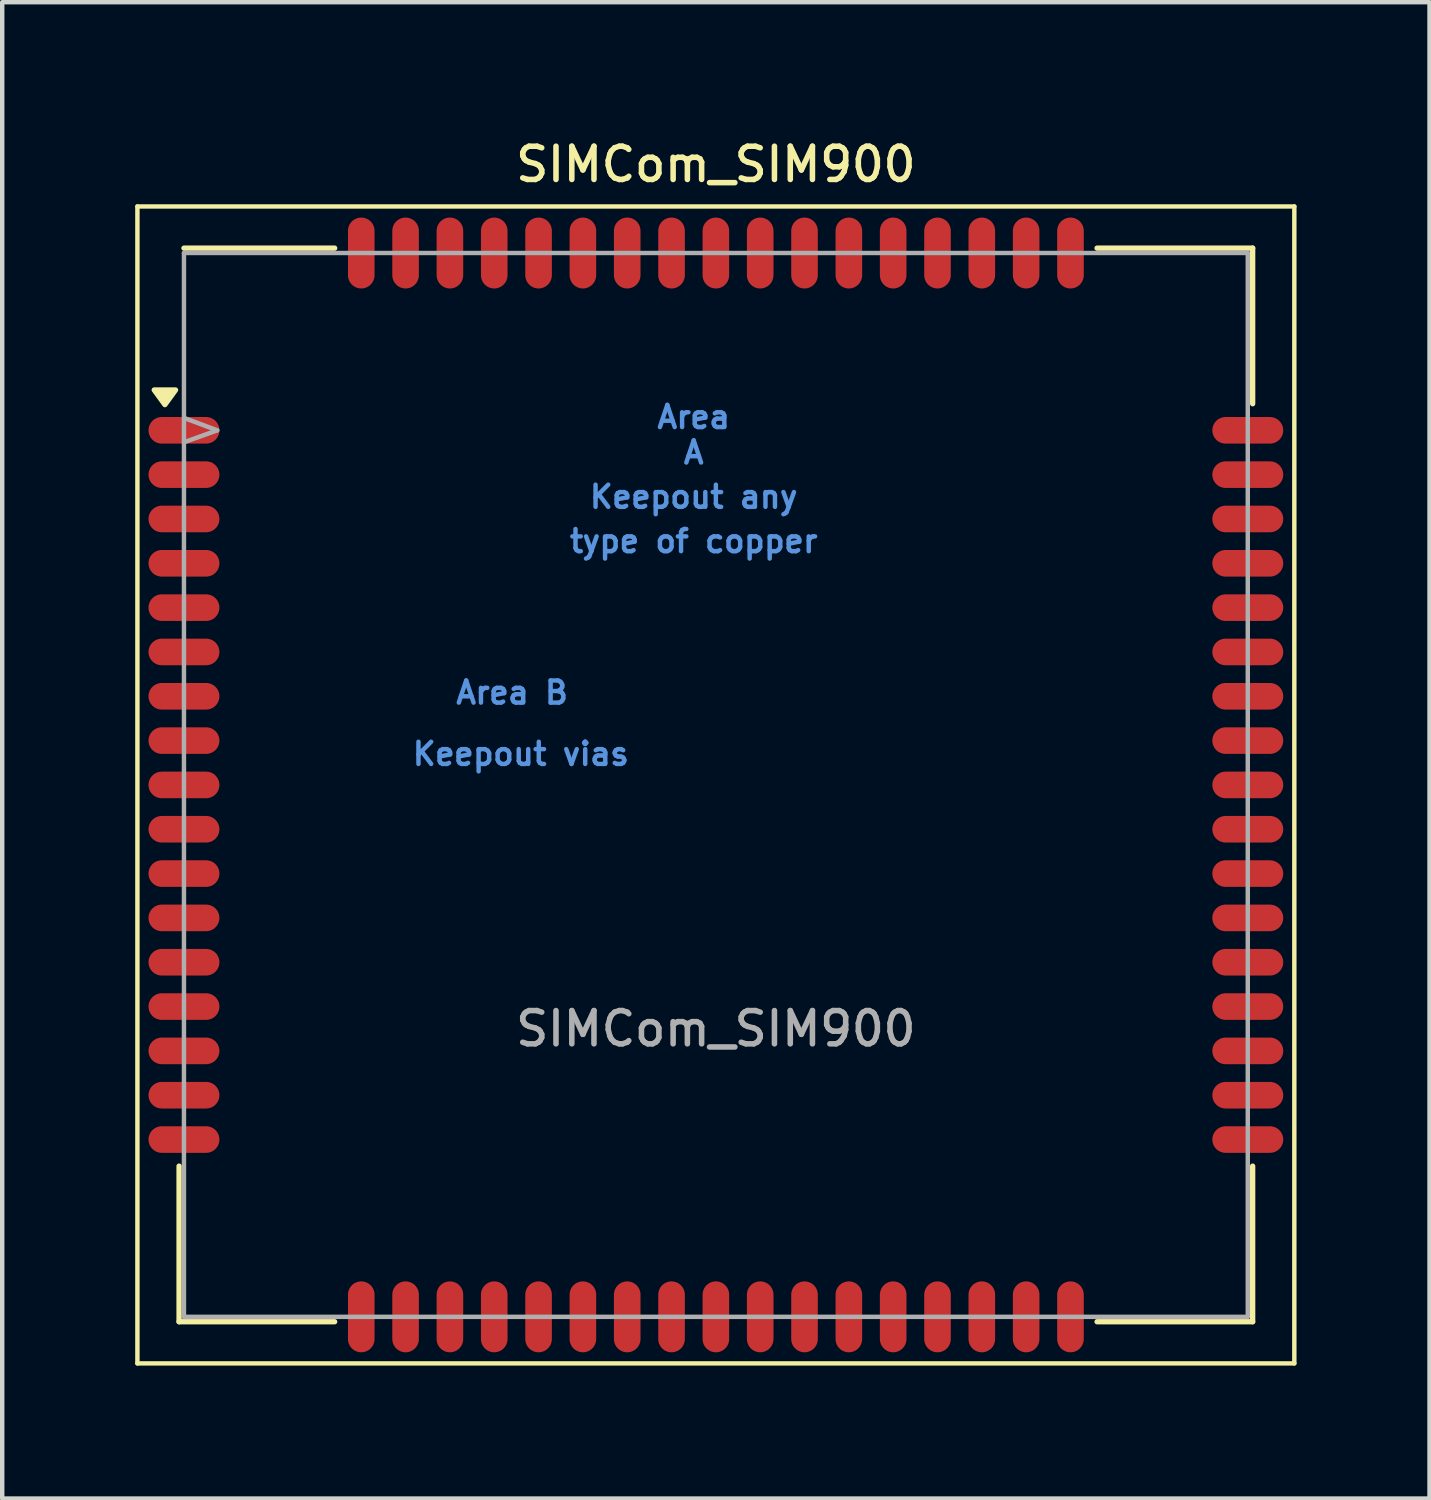
<source format=kicad_pcb>
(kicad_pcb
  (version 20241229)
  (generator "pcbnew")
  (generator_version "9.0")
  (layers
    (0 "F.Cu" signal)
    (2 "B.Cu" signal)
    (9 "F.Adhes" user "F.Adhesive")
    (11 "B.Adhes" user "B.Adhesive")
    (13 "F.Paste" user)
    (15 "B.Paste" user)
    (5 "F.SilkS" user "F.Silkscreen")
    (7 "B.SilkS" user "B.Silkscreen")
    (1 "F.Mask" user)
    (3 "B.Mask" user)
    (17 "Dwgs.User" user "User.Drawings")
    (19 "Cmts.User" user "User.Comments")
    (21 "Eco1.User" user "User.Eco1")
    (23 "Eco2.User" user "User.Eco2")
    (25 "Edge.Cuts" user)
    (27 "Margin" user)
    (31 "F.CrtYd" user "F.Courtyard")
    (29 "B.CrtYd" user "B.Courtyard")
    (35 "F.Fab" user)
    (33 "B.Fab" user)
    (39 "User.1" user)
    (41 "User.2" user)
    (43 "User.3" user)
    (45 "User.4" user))
  (footprint "SIMCom_SIM900"
    (layer "F.Cu")
    (at 13.1 14.658)
    (property "Reference" "SIMCom_SIM900" (at 0 -14 0) (layer "F.SilkS") (effects (font (size 0.75 0.75) (thickness 0.125))))
    (attr smd)
    (fp_line (start -13.05 -13.05) (end 13.05 -13.05) (stroke (width 0.1) (type solid)) (layer "F.SilkS"))
    (fp_line (start -13.05 13.05) (end -13.05 -13.05) (stroke (width 0.1) (type solid)) (layer "F.SilkS"))
    (fp_line (start -12.11 8.6) (end -12.11 12.11) (stroke (width 0.12) (type solid)) (layer "F.SilkS"))
    (fp_line (start -12.11 12.11) (end -8.6 12.11) (stroke (width 0.12) (type solid)) (layer "F.SilkS"))
    (fp_line (start -12 -12.11) (end -8.6 -12.11) (stroke (width 0.12) (type solid)) (layer "F.SilkS"))
    (fp_line (start 8.6 -12.11) (end 12.11 -12.11) (stroke (width 0.12) (type solid)) (layer "F.SilkS"))
    (fp_line (start 8.6 12.11) (end 12.11 12.11) (stroke (width 0.12) (type solid)) (layer "F.SilkS"))
    (fp_line (start 12.11 -12.11) (end 12.11 -8.6) (stroke (width 0.12) (type solid)) (layer "F.SilkS"))
    (fp_line (start 12.11 8.6) (end 12.11 12.11) (stroke (width 0.12) (type solid)) (layer "F.SilkS"))
    (fp_line (start 13.05 -13.05) (end 13.05 13.05) (stroke (width 0.1) (type solid)) (layer "F.SilkS"))
    (fp_line (start 13.05 13.05) (end -13.05 13.05) (stroke (width 0.1) (type solid)) (layer "F.SilkS"))
    (fp_poly (pts (xy -12.43 -8.58) (xy -12.67 -8.91) (xy -12.19 -8.91) (xy -12.43 -8.58)) (stroke (width 0.12) (type solid)) (fill yes) (layer "F.SilkS"))
    (fp_line (start -12 -12) (end 12 -12) (stroke (width 0.1) (type solid)) (layer "F.Fab"))
    (fp_line (start -12 -8.28) (end -11.25 -8) (stroke (width 0.1) (type solid)) (layer "F.Fab"))
    (fp_line (start -12 12) (end -12 -12) (stroke (width 0.1) (type solid)) (layer "F.Fab"))
    (fp_line (start -11.25 -8) (end -12 -7.73) (stroke (width 0.1) (type solid)) (layer "F.Fab"))
    (fp_line (start 12 -12) (end 12 12) (stroke (width 0.1) (type solid)) (layer "F.Fab"))
    (fp_line (start 12 12) (end -12 12) (stroke (width 0.1) (type solid)) (layer "F.Fab"))
    (fp_text user "Keepout any" (at -0.5 -6.5 0) (layer "Cmts.User") (effects (font (size 0.5 0.5) (thickness 0.1))))
    (fp_text user "Area" (at -0.5 -8.3 0) (layer "Cmts.User") (effects (font (size 0.5 0.5) (thickness 0.1))))
    (fp_text user "Area B" (at -4.597 -2.083 0) (layer "Cmts.User") (effects (font (size 0.5 0.5) (thickness 0.1))))
    (fp_text user "Keepout vias" (at -4.4 -0.7 0) (layer "Cmts.User") (effects (font (size 0.5 0.5) (thickness 0.1))))
    (fp_text user "A" (at -0.5 -7.5 0) (layer "Cmts.User") (effects (font (size 0.5 0.5) (thickness 0.1))))
    (fp_text user "type of copper" (at -0.5 -5.5 0) (layer "Cmts.User") (effects (font (size 0.5 0.5) (thickness 0.1))))
    (fp_text user "${REFERENCE}" (at 0 5.5 0) (layer "F.Fab") (effects (font (size 0.75 0.75) (thickness 0.125))))
    (pad "1" smd oval (at -12 -8) (size 1.6 0.6) (layers "F.Cu" "F.Mask" "F.Paste"))
    (pad "2" smd oval (at -12 -7) (size 1.6 0.6) (layers "F.Cu" "F.Mask" "F.Paste"))
    (pad "3" smd oval (at -12 -6) (size 1.6 0.6) (layers "F.Cu" "F.Mask" "F.Paste"))
    (pad "4" smd oval (at -12 -5) (size 1.6 0.6) (layers "F.Cu" "F.Mask" "F.Paste"))
    (pad "5" smd oval (at -12 -4) (size 1.6 0.6) (layers "F.Cu" "F.Mask" "F.Paste"))
    (pad "6" smd oval (at -12 -3) (size 1.6 0.6) (layers "F.Cu" "F.Mask" "F.Paste"))
    (pad "7" smd oval (at -12 -2) (size 1.6 0.6) (layers "F.Cu" "F.Mask" "F.Paste"))
    (pad "8" smd oval (at -12 -1) (size 1.6 0.6) (layers "F.Cu" "F.Mask" "F.Paste"))
    (pad "9" smd oval (at -12 0) (size 1.6 0.6) (layers "F.Cu" "F.Mask" "F.Paste"))
    (pad "10" smd oval (at -12 1) (size 1.6 0.6) (layers "F.Cu" "F.Mask" "F.Paste"))
    (pad "11" smd oval (at -12 2) (size 1.6 0.6) (layers "F.Cu" "F.Mask" "F.Paste"))
    (pad "12" smd oval (at -12 3) (size 1.6 0.6) (layers "F.Cu" "F.Mask" "F.Paste"))
    (pad "13" smd oval (at -12 4) (size 1.6 0.6) (layers "F.Cu" "F.Mask" "F.Paste"))
    (pad "14" smd oval (at -12 5) (size 1.6 0.6) (layers "F.Cu" "F.Mask" "F.Paste"))
    (pad "15" smd oval (at -12 6) (size 1.6 0.6) (layers "F.Cu" "F.Mask" "F.Paste"))
    (pad "16" smd oval (at -12 7) (size 1.6 0.6) (layers "F.Cu" "F.Mask" "F.Paste"))
    (pad "17" smd oval (at -12 8) (size 1.6 0.6) (layers "F.Cu" "F.Mask" "F.Paste"))
    (pad "18" smd oval (at -8 12) (size 0.6 1.6) (layers "F.Cu" "F.Mask" "F.Paste"))
    (pad "19" smd oval (at -7 12) (size 0.6 1.6) (layers "F.Cu" "F.Mask" "F.Paste"))
    (pad "20" smd oval (at -6 12) (size 0.6 1.6) (layers "F.Cu" "F.Mask" "F.Paste"))
    (pad "21" smd oval (at -5 12) (size 0.6 1.6) (layers "F.Cu" "F.Mask" "F.Paste"))
    (pad "22" smd oval (at -4 12) (size 0.6 1.6) (layers "F.Cu" "F.Mask" "F.Paste"))
    (pad "23" smd oval (at -3 12) (size 0.6 1.6) (layers "F.Cu" "F.Mask" "F.Paste"))
    (pad "24" smd oval (at -2 12) (size 0.6 1.6) (layers "F.Cu" "F.Mask" "F.Paste"))
    (pad "25" smd oval (at -1 12) (size 0.6 1.6) (layers "F.Cu" "F.Mask" "F.Paste"))
    (pad "26" smd oval (at 0 12) (size 0.6 1.6) (layers "F.Cu" "F.Mask" "F.Paste"))
    (pad "27" smd oval (at 1 12) (size 0.6 1.6) (layers "F.Cu" "F.Mask" "F.Paste"))
    (pad "28" smd oval (at 2 12) (size 0.6 1.6) (layers "F.Cu" "F.Mask" "F.Paste"))
    (pad "29" smd oval (at 3 12) (size 0.6 1.6) (layers "F.Cu" "F.Mask" "F.Paste"))
    (pad "30" smd oval (at 4 12) (size 0.6 1.6) (layers "F.Cu" "F.Mask" "F.Paste"))
    (pad "31" smd oval (at 5 12) (size 0.6 1.6) (layers "F.Cu" "F.Mask" "F.Paste"))
    (pad "32" smd oval (at 6 12) (size 0.6 1.6) (layers "F.Cu" "F.Mask" "F.Paste"))
    (pad "33" smd oval (at 7 12) (size 0.6 1.6) (layers "F.Cu" "F.Mask" "F.Paste"))
    (pad "34" smd oval (at 8 12) (size 0.6 1.6) (layers "F.Cu" "F.Mask" "F.Paste"))
    (pad "35" smd oval (at 12 8) (size 1.6 0.6) (layers "F.Cu" "F.Mask" "F.Paste"))
    (pad "36" smd oval (at 12 7) (size 1.6 0.6) (layers "F.Cu" "F.Mask" "F.Paste"))
    (pad "37" smd oval (at 12 6) (size 1.6 0.6) (layers "F.Cu" "F.Mask" "F.Paste"))
    (pad "38" smd oval (at 12 5) (size 1.6 0.6) (layers "F.Cu" "F.Mask" "F.Paste"))
    (pad "39" smd oval (at 12 4) (size 1.6 0.6) (layers "F.Cu" "F.Mask" "F.Paste"))
    (pad "40" smd oval (at 12 3) (size 1.6 0.6) (layers "F.Cu" "F.Mask" "F.Paste"))
    (pad "41" smd oval (at 12 2) (size 1.6 0.6) (layers "F.Cu" "F.Mask" "F.Paste"))
    (pad "42" smd oval (at 12 1) (size 1.6 0.6) (layers "F.Cu" "F.Mask" "F.Paste"))
    (pad "43" smd oval (at 12 0) (size 1.6 0.6) (layers "F.Cu" "F.Mask" "F.Paste"))
    (pad "44" smd oval (at 12 -1) (size 1.6 0.6) (layers "F.Cu" "F.Mask" "F.Paste"))
    (pad "45" smd oval (at 12 -2) (size 1.6 0.6) (layers "F.Cu" "F.Mask" "F.Paste"))
    (pad "46" smd oval (at 12 -3) (size 1.6 0.6) (layers "F.Cu" "F.Mask" "F.Paste"))
    (pad "47" smd oval (at 12 -4) (size 1.6 0.6) (layers "F.Cu" "F.Mask" "F.Paste"))
    (pad "48" smd oval (at 12 -5) (size 1.6 0.6) (layers "F.Cu" "F.Mask" "F.Paste"))
    (pad "49" smd oval (at 12 -6) (size 1.6 0.6) (layers "F.Cu" "F.Mask" "F.Paste"))
    (pad "50" smd oval (at 12 -7) (size 1.6 0.6) (layers "F.Cu" "F.Mask" "F.Paste"))
    (pad "51" smd oval (at 12 -8) (size 1.6 0.6) (layers "F.Cu" "F.Mask" "F.Paste"))
    (pad "52" smd oval (at 8 -12) (size 0.6 1.6) (layers "F.Cu" "F.Mask" "F.Paste"))
    (pad "53" smd oval (at 7 -12) (size 0.6 1.6) (layers "F.Cu" "F.Mask" "F.Paste"))
    (pad "54" smd oval (at 6 -12) (size 0.6 1.6) (layers "F.Cu" "F.Mask" "F.Paste"))
    (pad "55" smd oval (at 5 -12) (size 0.6 1.6) (layers "F.Cu" "F.Mask" "F.Paste"))
    (pad "56" smd oval (at 4 -12) (size 0.6 1.6) (layers "F.Cu" "F.Mask" "F.Paste"))
    (pad "57" smd oval (at 3 -12) (size 0.6 1.6) (layers "F.Cu" "F.Mask" "F.Paste"))
    (pad "58" smd oval (at 2 -12) (size 0.6 1.6) (layers "F.Cu" "F.Mask" "F.Paste"))
    (pad "59" smd oval (at 1 -12) (size 0.6 1.6) (layers "F.Cu" "F.Mask" "F.Paste"))
    (pad "60" smd oval (at 0 -12) (size 0.6 1.6) (layers "F.Cu" "F.Mask" "F.Paste"))
    (pad "61" smd oval (at -1 -12) (size 0.6 1.6) (layers "F.Cu" "F.Mask" "F.Paste"))
    (pad "62" smd oval (at -2 -12) (size 0.6 1.6) (layers "F.Cu" "F.Mask" "F.Paste"))
    (pad "63" smd oval (at -3 -12) (size 0.6 1.6) (layers "F.Cu" "F.Mask" "F.Paste"))
    (pad "64" smd oval (at -4 -12) (size 0.6 1.6) (layers "F.Cu" "F.Mask" "F.Paste"))
    (pad "65" smd oval (at -5 -12) (size 0.6 1.6) (layers "F.Cu" "F.Mask" "F.Paste"))
    (pad "66" smd oval (at -6 -12) (size 0.6 1.6) (layers "F.Cu" "F.Mask" "F.Paste"))
    (pad "67" smd oval (at -7 -12) (size 0.6 1.6) (layers "F.Cu" "F.Mask" "F.Paste"))
    (pad "68" smd oval (at -8 -12) (size 0.6 1.6) (layers "F.Cu" "F.Mask" "F.Paste"))
    (zone (net_name "") (layer "F.Cu") (hatch full 0.508) (connect_pads) (min_thickness 0.254) (filled_areas_thickness no) (keepout (tracks allowed) (vias not_allowed) (pads not_allowed) (copperpour allowed) (footprints allowed)) (placement (enabled no)) (fill) (polygon (pts (xy 5.8 11.858) (xy 11.4 11.858) (xy 11.4 17.458) (xy 5.8 17.458))))
    (zone (net_name "") (layer "F.Cu") (hatch full 0.508) (connect_pads) (min_thickness 0.254) (filled_areas_thickness no) (keepout (tracks not_allowed) (vias not_allowed) (pads not_allowed) (copperpour not_allowed) (footprints not_allowed)) (placement (enabled no)) (fill) (polygon (pts (xy 13.605 6.658) (xy 13.586 6.463) (xy 13.529 6.275) (xy 13.437 6.102) (xy 13.313 5.95) (xy 13.162 5.825) (xy 12.989 5.732) (xy 12.802 5.674) (xy 12.607 5.653) (xy 12.412 5.671) (xy 12.224 5.726) (xy 12.05 5.817) (xy 11.897 5.94) (xy 11.771 6.09) (xy 11.676 6.262) (xy 11.617 6.449) (xy 11.595 6.644) (xy 11.612 6.84) (xy 11.666 7.028) (xy 11.755 7.202) (xy 11.877 7.356) (xy 12.027 7.483) (xy 12.198 7.579) (xy 12.384 7.64) (xy 12.579 7.663) (xy 12.774 7.648) (xy 12.963 7.595) (xy 13.138 7.507) (xy 13.293 7.386) (xy 13.421 7.237) (xy 13.518 7.067) (xy 13.58 6.881) (xy 13.604 6.686)))))
  (gr_rect
    (start -3 -3)
    (end 29.2 30.758)
    (stroke (width 0.1) (type default))
    (fill no)
    (layer "Edge.Cuts")))
</source>
